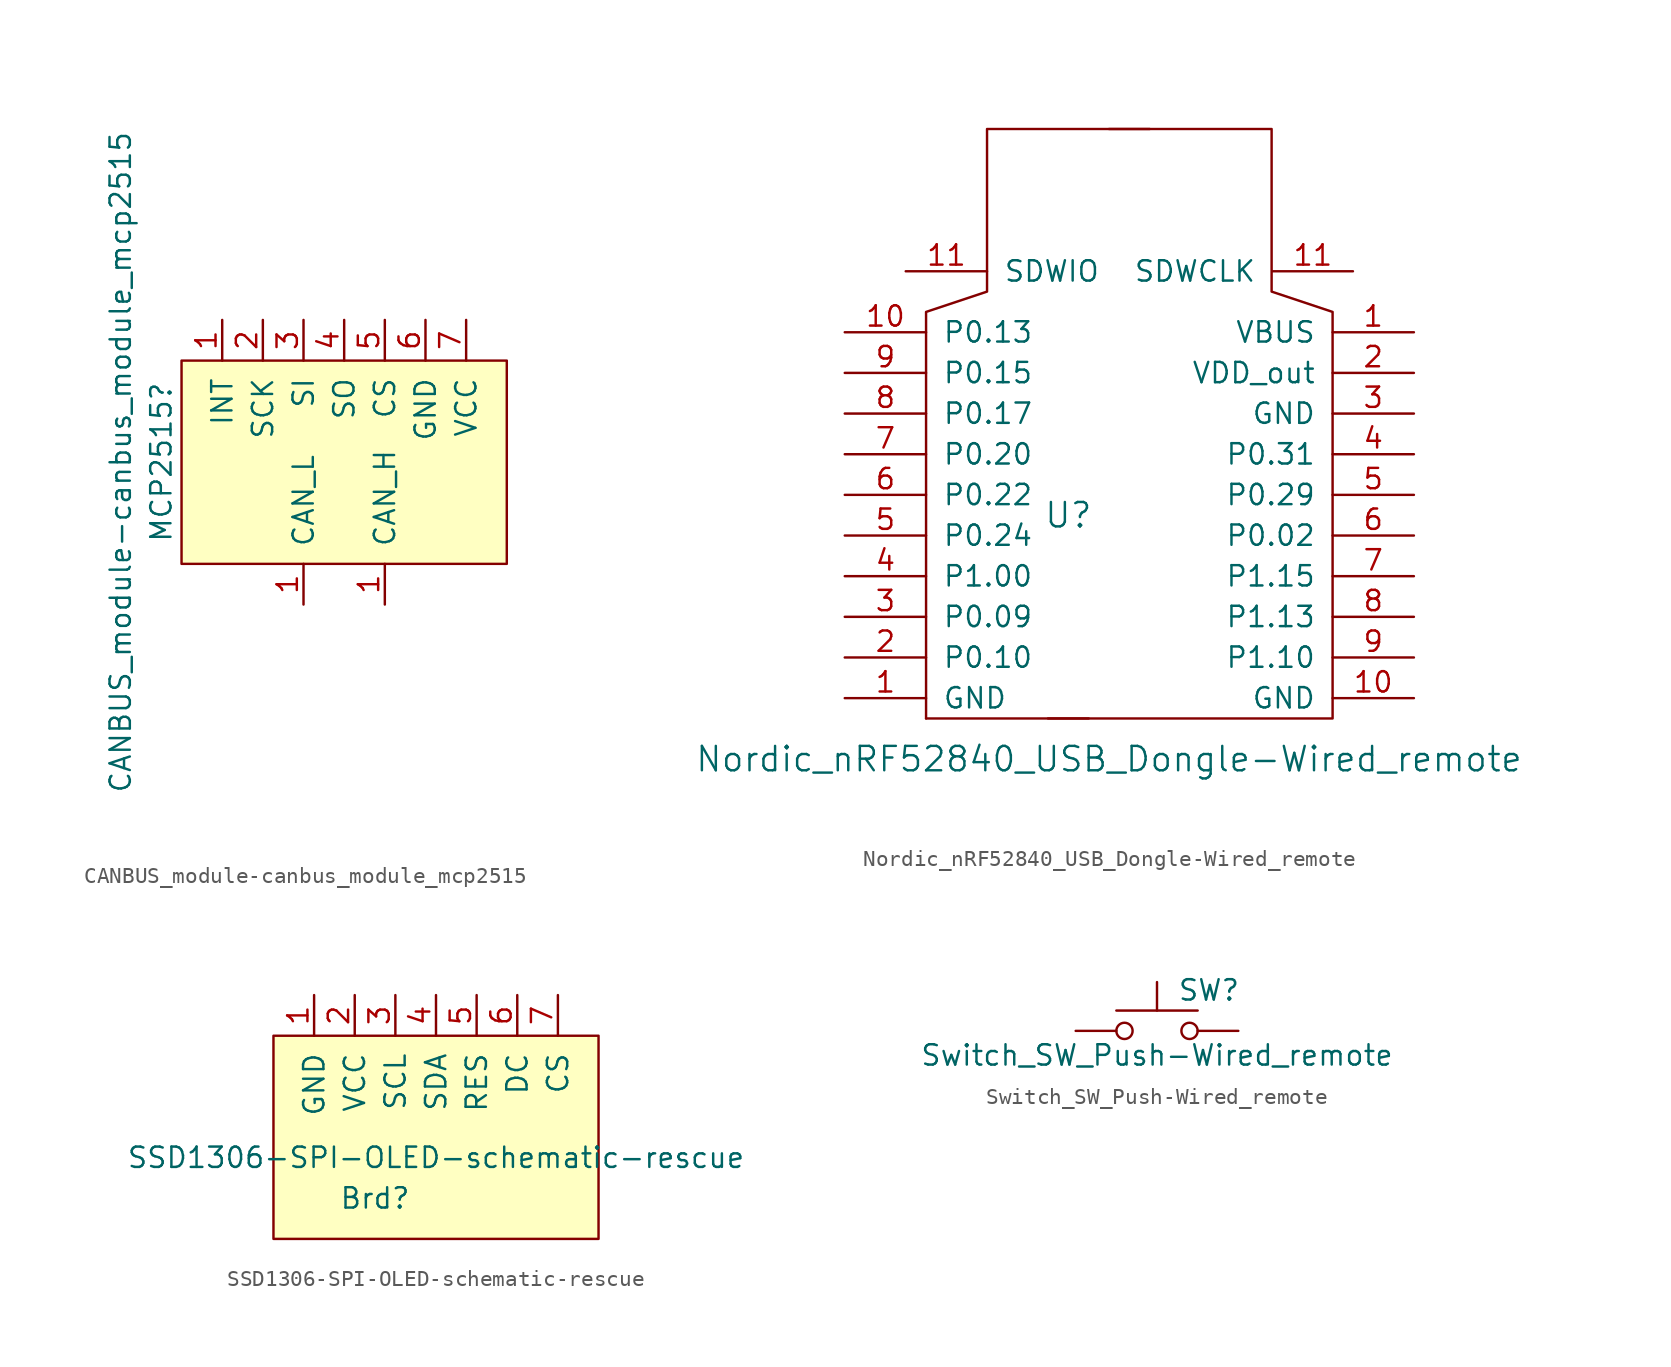
<source format=kicad_sym>
(kicad_symbol_lib
  (version 20211014)
  (generator kicad_symbol_editor)
  (symbol "CANBUS_module-canbus_module_mcp2515"
    (pin_names
      (offset 1.016))
    (property "Reference" "MCP2515"
      (at -11.43 0 90)
      (effects (font (size 1.27 1.27))))
    (property "Value" "CANBUS_module-canbus_module_mcp2515"
      (at -13.97 0 90)
      (effects (font (size 1.27 1.27))))
    (symbol "CANBUS_module-canbus_module_mcp2515_0_1"
      (rectangle (start -10.16 6.35) (end 10.16 -6.35) (stroke (width 0) (type default) (color 0 0 0 0)) (fill (type background))))
    (symbol "CANBUS_module-canbus_module_mcp2515_1_1"
      (pin input line (at 2.54 -8.89 90) (length 2.54) (name "CAN_H" (effects (font (size 1.27 1.27)))) (number "1" (effects (font (size 1.27 1.27)))))
      (pin input line (at -2.54 -8.89 90) (length 2.54) (name "CAN_L" (effects (font (size 1.27 1.27)))) (number "1" (effects (font (size 1.27 1.27)))))
      (pin input line (at -7.62 8.89 270) (length 2.54) (name "INT" (effects (font (size 1.27 1.27)))) (number "1" (effects (font (size 1.27 1.27)))))
      (pin input line (at -5.08 8.89 270) (length 2.54) (name "SCK" (effects (font (size 1.27 1.27)))) (number "2" (effects (font (size 1.27 1.27)))))
      (pin input line (at -2.54 8.89 270) (length 2.54) (name "SI" (effects (font (size 1.27 1.27)))) (number "3" (effects (font (size 1.27 1.27)))))
      (pin input line (at 0 8.89 270) (length 2.54) (name "SO" (effects (font (size 1.27 1.27)))) (number "4" (effects (font (size 1.27 1.27)))))
      (pin input line (at 2.54 8.89 270) (length 2.54) (name "CS" (effects (font (size 1.27 1.27)))) (number "5" (effects (font (size 1.27 1.27)))))
      (pin input line (at 5.08 8.89 270) (length 2.54) (name "GND" (effects (font (size 1.27 1.27)))) (number "6" (effects (font (size 1.27 1.27)))))
      (pin input line (at 7.62 8.89 270) (length 2.54) (name "VCC" (effects (font (size 1.27 1.27)))) (number "7" (effects (font (size 1.27 1.27)))))))
  (symbol "Nordic_nRF52840_USB_Dongle-Wired_remote"
    (pin_names
      (offset 1.016))
    (property "Reference" "U"
      (at -3.81 -2.54 0)
      (effects (font (size 1.524 1.524))))
    (property "Value" "Nordic_nRF52840_USB_Dongle-Wired_remote"
      (at -1.27 -17.78 0)
      (effects (font (size 1.524 1.524))))
    (property "Footprint" ""
      (at -3.81 -3.81 0)
      (effects (font (size 1.524 1.524))))
    (property "Datasheet" ""
      (at -3.81 -3.81 0)
      (effects (font (size 1.524 1.524))))
    (symbol "Nordic_nRF52840_USB_Dongle-Wired_remote_0_1"
      (polyline (pts (xy -12.7 -15.24) (xy -2.54 -15.24)) (stroke (width 0) (type default) (color 0 0 0 0)) (fill (type none)))
      (polyline (pts (xy -12.7 -15.24) (xy -12.7 10.16) (xy -8.89 11.43) (xy -8.89 21.59) (xy 1.27 21.59)) (stroke (width 0) (type default) (color 0 0 0 0)) (fill (type none)))
      (polyline (pts (xy -5.08 -15.24) (xy 12.7 -15.24) (xy 12.7 10.16) (xy 8.89 11.43) (xy 8.89 21.59) (xy -1.27 21.59)) (stroke (width 0) (type default) (color 0 0 0 0)) (fill (type none))))
    (symbol "Nordic_nRF52840_USB_Dongle-Wired_remote_1_1"
      (pin bidirectional line (at -17.78 -13.97 0) (length 5.08) (name "GND" (effects (font (size 1.27 1.27)))) (number "1" (effects (font (size 1.27 1.27)))))
      (pin power_out line (at 17.78 8.89 180) (length 5.08) (name "VBUS" (effects (font (size 1.27 1.27)))) (number "1" (effects (font (size 1.27 1.27)))))
      (pin bidirectional line (at 17.78 -13.97 180) (length 5.08) (name "GND" (effects (font (size 1.27 1.27)))) (number "10" (effects (font (size 1.27 1.27)))))
      (pin power_in line (at -17.78 8.89 0) (length 5.08) (name "P0.13" (effects (font (size 1.27 1.27)))) (number "10" (effects (font (size 1.27 1.27)))))
      (pin input line (at 13.97 12.7 180) (length 5.004) (name "SDWCLK" (effects (font (size 1.27 1.27)))) (number "11" (effects (font (size 1.27 1.27)))))
      (pin input line (at -13.97 12.7 0) (length 5.08) (name "SDWIO" (effects (font (size 1.27 1.27)))) (number "11" (effects (font (size 1.27 1.27)))))
      (pin bidirectional line (at -17.78 -11.43 0) (length 5.08) (name "P0.10" (effects (font (size 1.27 1.27)))) (number "2" (effects (font (size 1.27 1.27)))))
      (pin input line (at 17.78 6.35 180) (length 5.08) (name "VDD_out" (effects (font (size 1.27 1.27)))) (number "2" (effects (font (size 1.27 1.27)))))
      (pin input line (at 17.78 3.81 180) (length 5.08) (name "GND" (effects (font (size 1.27 1.27)))) (number "3" (effects (font (size 1.27 1.27)))))
      (pin bidirectional line (at -17.78 -8.89 0) (length 5.08) (name "P0.09" (effects (font (size 1.27 1.27)))) (number "3" (effects (font (size 1.27 1.27)))))
      (pin bidirectional line (at 17.78 1.27 180) (length 5.08) (name "P0.31" (effects (font (size 1.27 1.27)))) (number "4" (effects (font (size 1.27 1.27)))))
      (pin bidirectional line (at -17.78 -6.35 0) (length 5.08) (name "P1.00" (effects (font (size 1.27 1.27)))) (number "4" (effects (font (size 1.27 1.27)))))
      (pin bidirectional line (at -17.78 -3.81 0) (length 5.08) (name "P0.24" (effects (font (size 1.27 1.27)))) (number "5" (effects (font (size 1.27 1.27)))))
      (pin bidirectional line (at 17.78 -1.27 180) (length 5.08) (name "P0.29" (effects (font (size 1.27 1.27)))) (number "5" (effects (font (size 1.27 1.27)))))
      (pin bidirectional line (at 17.78 -3.81 180) (length 5.08) (name "P0.02" (effects (font (size 1.27 1.27)))) (number "6" (effects (font (size 1.27 1.27)))))
      (pin bidirectional line (at -17.78 -1.27 0) (length 5.08) (name "P0.22" (effects (font (size 1.27 1.27)))) (number "6" (effects (font (size 1.27 1.27)))))
      (pin bidirectional line (at -17.78 1.27 0) (length 5.08) (name "P0.20" (effects (font (size 1.27 1.27)))) (number "7" (effects (font (size 1.27 1.27)))))
      (pin bidirectional line (at 17.78 -6.35 180) (length 5.08) (name "P1.15" (effects (font (size 1.27 1.27)))) (number "7" (effects (font (size 1.27 1.27)))))
      (pin power_in line (at -17.78 3.81 0) (length 5.08) (name "P0.17" (effects (font (size 1.27 1.27)))) (number "8" (effects (font (size 1.27 1.27)))))
      (pin bidirectional line (at 17.78 -8.89 180) (length 5.08) (name "P1.13" (effects (font (size 1.27 1.27)))) (number "8" (effects (font (size 1.27 1.27)))))
      (pin power_in line (at -17.78 6.35 0) (length 5.08) (name "P0.15" (effects (font (size 1.27 1.27)))) (number "9" (effects (font (size 1.27 1.27)))))
      (pin bidirectional line (at 17.78 -11.43 180) (length 5.08) (name "P1.10" (effects (font (size 1.27 1.27)))) (number "9" (effects (font (size 1.27 1.27)))))))
  (symbol "SSD1306-SPI-OLED-schematic-rescue"
    (pin_names
      (offset 1.016))
    (property "Reference" "Brd"
      (at -3.81 -3.81 0)
      (effects (font (size 1.27 1.27))))
    (property "Value" "SSD1306-SPI-OLED-schematic-rescue"
      (at 0 -1.27 0)
      (effects (font (size 1.27 1.27))))
    (symbol "SSD1306-SPI-OLED-schematic-rescue_0_1"
      (rectangle (start -10.16 6.35) (end 10.16 -6.35) (stroke (width 0) (type default) (color 0 0 0 0)) (fill (type background))))
    (symbol "SSD1306-SPI-OLED-schematic-rescue_1_1"
      (pin input line (at -7.62 8.89 270) (length 2.54) (name "GND" (effects (font (size 1.27 1.27)))) (number "1" (effects (font (size 1.27 1.27)))))
      (pin input line (at -5.08 8.89 270) (length 2.54) (name "VCC" (effects (font (size 1.27 1.27)))) (number "2" (effects (font (size 1.27 1.27)))))
      (pin input line (at -2.54 8.89 270) (length 2.54) (name "SCL" (effects (font (size 1.27 1.27)))) (number "3" (effects (font (size 1.27 1.27)))))
      (pin input line (at 0 8.89 270) (length 2.54) (name "SDA" (effects (font (size 1.27 1.27)))) (number "4" (effects (font (size 1.27 1.27)))))
      (pin input line (at 2.54 8.89 270) (length 2.54) (name "RES" (effects (font (size 1.27 1.27)))) (number "5" (effects (font (size 1.27 1.27)))))
      (pin input line (at 5.08 8.89 270) (length 2.54) (name "DC" (effects (font (size 1.27 1.27)))) (number "6" (effects (font (size 1.27 1.27)))))
      (pin input line (at 7.62 8.89 270) (length 2.54) (name "CS" (effects (font (size 1.27 1.27)))) (number "7" (effects (font (size 1.27 1.27)))))))
  (symbol "Switch_SW_Push-Wired_remote"
    (pin_numbers hide)
    (pin_names
      (offset 1.016) hide)
    (property "Reference" "SW"
      (at 1.27 2.54 0)
      (effects (font (size 1.27 1.27)) (justify left)))
    (property "Value" "Switch_SW_Push-Wired_remote"
      (at 0 -1.524 0)
      (effects (font (size 1.27 1.27))))
    (symbol "Switch_SW_Push-Wired_remote_0_1"
      (circle (center -2.032 0) (radius 0.508) (stroke (width 0) (type default) (color 0 0 0 0)) (fill (type none)))
      (polyline (pts (xy 0 1.27) (xy 0 3.048)) (stroke (width 0) (type default) (color 0 0 0 0)) (fill (type none)))
      (polyline (pts (xy 2.54 1.27) (xy -2.54 1.27)) (stroke (width 0) (type default) (color 0 0 0 0)) (fill (type none)))
      (circle (center 2.032 0) (radius 0.508) (stroke (width 0) (type default) (color 0 0 0 0)) (fill (type none)))
      (pin passive line (at -5.08 0 0) (length 2.54) (name "1" (effects (font (size 1.27 1.27)))) (number "1" (effects (font (size 1.27 1.27)))))
      (pin passive line (at 5.08 0 180) (length 2.54) (name "2" (effects (font (size 1.27 1.27)))) (number "2" (effects (font (size 1.27 1.27))))))))
</source>
